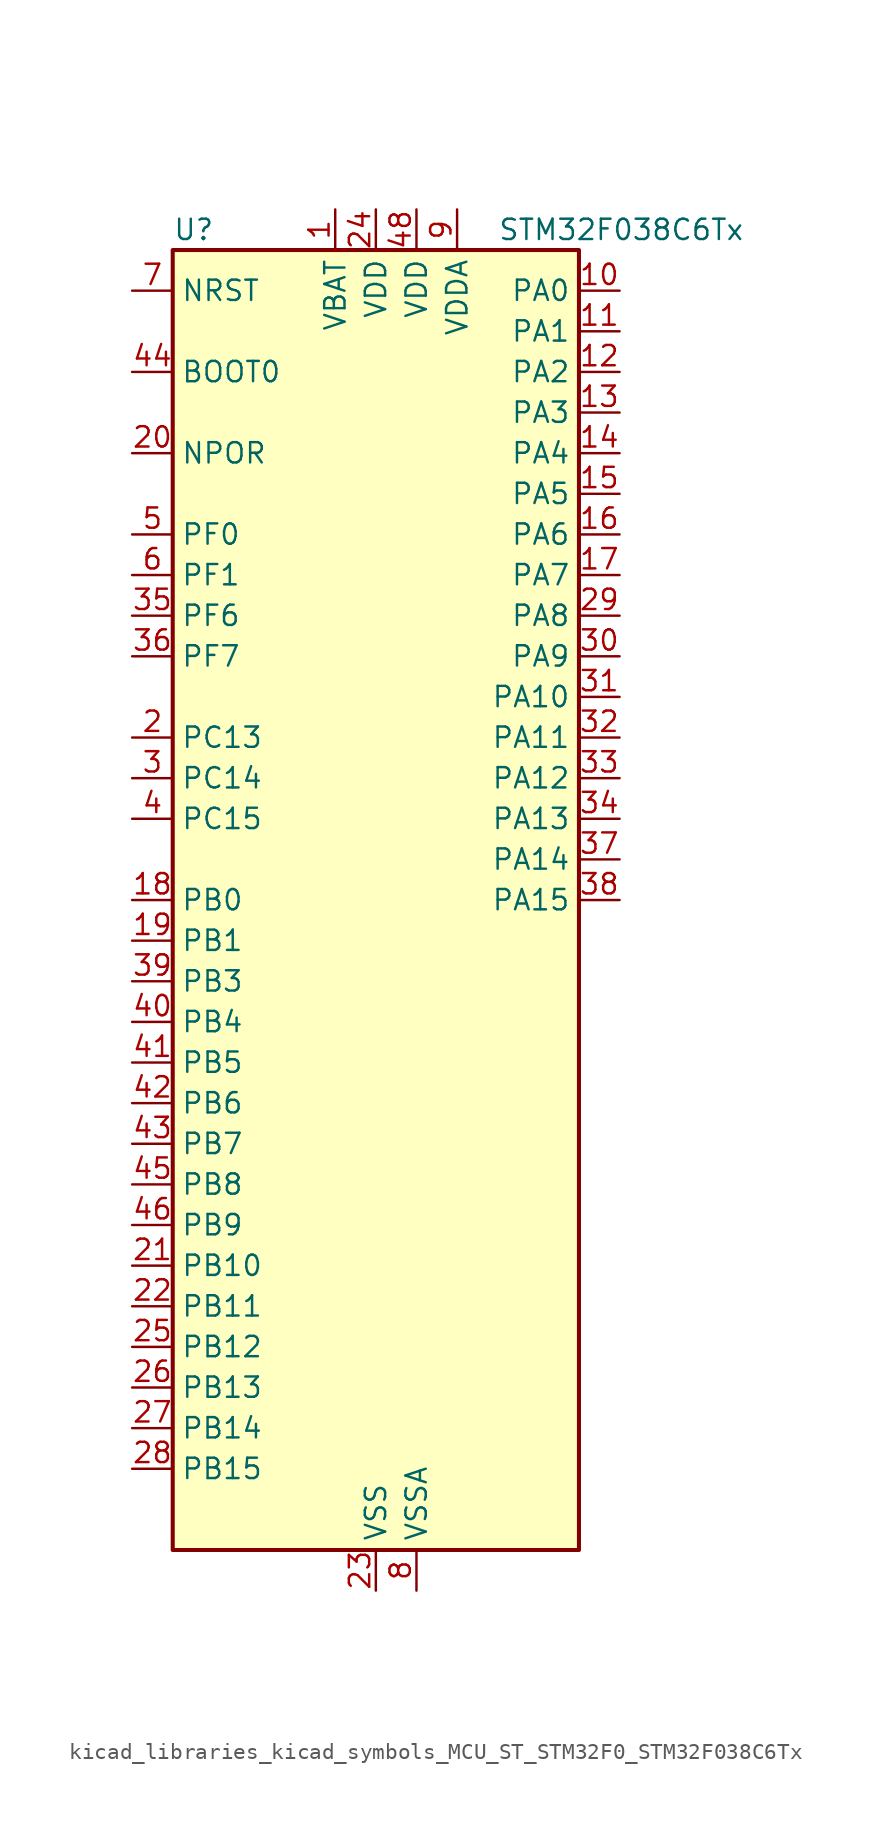
<source format=kicad_sym>
(kicad_symbol_lib
  (version 20220914)
  (generator kicad_symbol_editor)
  (symbol "kicad_libraries_kicad_symbols_MCU_ST_STM32F0_STM32F038C6Tx"
    (property "Reference" "U"
      (at -12.7 41.91 0)
      (effects (font (size 1.27 1.27)) (justify left)))
    (property "Value" "STM32F038C6Tx"
      (at 7.62 41.91 0)
      (effects (font (size 1.27 1.27)) (justify left)))
    (property "ki_locked" ""
      (at 0 0 0)
      (effects (font (size 1.27 1.27))))
    (symbol "kicad_libraries_kicad_symbols_MCU_ST_STM32F0_STM32F038C6Tx_0_1"
      (rectangle (start -12.7 -40.64) (end 12.7 40.64) (stroke (width 0.254) (type default)) (fill (type background))))
    (symbol "kicad_libraries_kicad_symbols_MCU_ST_STM32F0_STM32F038C6Tx_1_1"
      (pin power_in line (at -2.54 43.18 270) (length 2.54) (name "VBAT" (effects (font (size 1.27 1.27)))) (number "1" (effects (font (size 1.27 1.27)))))
      (pin bidirectional line (at 15.24 38.1 180) (length 2.54) (name "PA0" (effects (font (size 1.27 1.27)))) (number "10" (effects (font (size 1.27 1.27)))) (alternate "ADC_IN0" bidirectional line) (alternate "RTC_TAMP2" bidirectional line) (alternate "SYS_WKUP1" bidirectional line) (alternate "TIM2_CH1" bidirectional line) (alternate "TIM2_ETR" bidirectional line) (alternate "USART1_CTS" bidirectional line))
      (pin bidirectional line (at 15.24 35.56 180) (length 2.54) (name "PA1" (effects (font (size 1.27 1.27)))) (number "11" (effects (font (size 1.27 1.27)))) (alternate "ADC_IN1" bidirectional line) (alternate "TIM2_CH2" bidirectional line) (alternate "USART1_DE" bidirectional line) (alternate "USART1_RTS" bidirectional line))
      (pin bidirectional line (at 15.24 33.02 180) (length 2.54) (name "PA2" (effects (font (size 1.27 1.27)))) (number "12" (effects (font (size 1.27 1.27)))) (alternate "ADC_IN2" bidirectional line) (alternate "TIM2_CH3" bidirectional line) (alternate "USART1_TX" bidirectional line))
      (pin bidirectional line (at 15.24 30.48 180) (length 2.54) (name "PA3" (effects (font (size 1.27 1.27)))) (number "13" (effects (font (size 1.27 1.27)))) (alternate "ADC_IN3" bidirectional line) (alternate "TIM2_CH4" bidirectional line) (alternate "USART1_RX" bidirectional line))
      (pin bidirectional line (at 15.24 27.94 180) (length 2.54) (name "PA4" (effects (font (size 1.27 1.27)))) (number "14" (effects (font (size 1.27 1.27)))) (alternate "ADC_IN4" bidirectional line) (alternate "I2S1_WS" bidirectional line) (alternate "SPI1_NSS" bidirectional line) (alternate "TIM14_CH1" bidirectional line) (alternate "USART1_CK" bidirectional line))
      (pin bidirectional line (at 15.24 25.4 180) (length 2.54) (name "PA5" (effects (font (size 1.27 1.27)))) (number "15" (effects (font (size 1.27 1.27)))) (alternate "ADC_IN5" bidirectional line) (alternate "I2S1_CK" bidirectional line) (alternate "SPI1_SCK" bidirectional line) (alternate "TIM2_CH1" bidirectional line) (alternate "TIM2_ETR" bidirectional line))
      (pin bidirectional line (at 15.24 22.86 180) (length 2.54) (name "PA6" (effects (font (size 1.27 1.27)))) (number "16" (effects (font (size 1.27 1.27)))) (alternate "ADC_IN6" bidirectional line) (alternate "I2S1_MCK" bidirectional line) (alternate "SPI1_MISO" bidirectional line) (alternate "TIM16_CH1" bidirectional line) (alternate "TIM1_BKIN" bidirectional line) (alternate "TIM3_CH1" bidirectional line))
      (pin bidirectional line (at 15.24 20.32 180) (length 2.54) (name "PA7" (effects (font (size 1.27 1.27)))) (number "17" (effects (font (size 1.27 1.27)))) (alternate "ADC_IN7" bidirectional line) (alternate "I2S1_SD" bidirectional line) (alternate "SPI1_MOSI" bidirectional line) (alternate "TIM14_CH1" bidirectional line) (alternate "TIM17_CH1" bidirectional line) (alternate "TIM1_CH1N" bidirectional line) (alternate "TIM3_CH2" bidirectional line))
      (pin bidirectional line (at -15.24 0 0) (length 2.54) (name "PB0" (effects (font (size 1.27 1.27)))) (number "18" (effects (font (size 1.27 1.27)))) (alternate "ADC_IN8" bidirectional line) (alternate "TIM1_CH2N" bidirectional line) (alternate "TIM3_CH3" bidirectional line))
      (pin bidirectional line (at -15.24 -2.54 0) (length 2.54) (name "PB1" (effects (font (size 1.27 1.27)))) (number "19" (effects (font (size 1.27 1.27)))) (alternate "ADC_IN9" bidirectional line) (alternate "TIM14_CH1" bidirectional line) (alternate "TIM1_CH3N" bidirectional line) (alternate "TIM3_CH4" bidirectional line))
      (pin bidirectional line (at -15.24 10.16 0) (length 2.54) (name "PC13" (effects (font (size 1.27 1.27)))) (number "2" (effects (font (size 1.27 1.27)))) (alternate "RTC_OUT_ALARM" bidirectional line) (alternate "RTC_OUT_CALIB" bidirectional line) (alternate "RTC_TAMP1" bidirectional line) (alternate "RTC_TS" bidirectional line) (alternate "SYS_WKUP2" bidirectional line))
      (pin input line (at -15.24 27.94 0) (length 2.54) (name "NPOR" (effects (font (size 1.27 1.27)))) (number "20" (effects (font (size 1.27 1.27)))))
      (pin bidirectional line (at -15.24 -22.86 0) (length 2.54) (name "PB10" (effects (font (size 1.27 1.27)))) (number "21" (effects (font (size 1.27 1.27)))) (alternate "I2C1_SCL" bidirectional line) (alternate "TIM2_CH3" bidirectional line))
      (pin bidirectional line (at -15.24 -25.4 0) (length 2.54) (name "PB11" (effects (font (size 1.27 1.27)))) (number "22" (effects (font (size 1.27 1.27)))) (alternate "I2C1_SDA" bidirectional line) (alternate "TIM2_CH4" bidirectional line))
      (pin power_in line (at 0 -43.18 90) (length 2.54) (name "VSS" (effects (font (size 1.27 1.27)))) (number "23" (effects (font (size 1.27 1.27)))))
      (pin power_in line (at 0 43.18 270) (length 2.54) (name "VDD" (effects (font (size 1.27 1.27)))) (number "24" (effects (font (size 1.27 1.27)))))
      (pin bidirectional line (at -15.24 -27.94 0) (length 2.54) (name "PB12" (effects (font (size 1.27 1.27)))) (number "25" (effects (font (size 1.27 1.27)))) (alternate "SPI1_NSS" bidirectional line) (alternate "TIM1_BKIN" bidirectional line))
      (pin bidirectional line (at -15.24 -30.48 0) (length 2.54) (name "PB13" (effects (font (size 1.27 1.27)))) (number "26" (effects (font (size 1.27 1.27)))) (alternate "SPI1_SCK" bidirectional line) (alternate "TIM1_CH1N" bidirectional line))
      (pin bidirectional line (at -15.24 -33.02 0) (length 2.54) (name "PB14" (effects (font (size 1.27 1.27)))) (number "27" (effects (font (size 1.27 1.27)))) (alternate "SPI1_MISO" bidirectional line) (alternate "TIM1_CH2N" bidirectional line))
      (pin bidirectional line (at -15.24 -35.56 0) (length 2.54) (name "PB15" (effects (font (size 1.27 1.27)))) (number "28" (effects (font (size 1.27 1.27)))) (alternate "RTC_REFIN" bidirectional line) (alternate "SPI1_MOSI" bidirectional line) (alternate "TIM1_CH3N" bidirectional line))
      (pin bidirectional line (at 15.24 17.78 180) (length 2.54) (name "PA8" (effects (font (size 1.27 1.27)))) (number "29" (effects (font (size 1.27 1.27)))) (alternate "RCC_MCO" bidirectional line) (alternate "TIM1_CH1" bidirectional line) (alternate "USART1_CK" bidirectional line))
      (pin bidirectional line (at -15.24 7.62 0) (length 2.54) (name "PC14" (effects (font (size 1.27 1.27)))) (number "3" (effects (font (size 1.27 1.27)))) (alternate "RCC_OSC32_IN" bidirectional line))
      (pin bidirectional line (at 15.24 15.24 180) (length 2.54) (name "PA9" (effects (font (size 1.27 1.27)))) (number "30" (effects (font (size 1.27 1.27)))) (alternate "I2C1_SCL" bidirectional line) (alternate "TIM1_CH2" bidirectional line) (alternate "USART1_TX" bidirectional line))
      (pin bidirectional line (at 15.24 12.7 180) (length 2.54) (name "PA10" (effects (font (size 1.27 1.27)))) (number "31" (effects (font (size 1.27 1.27)))) (alternate "I2C1_SDA" bidirectional line) (alternate "TIM17_BKIN" bidirectional line) (alternate "TIM1_CH3" bidirectional line) (alternate "USART1_RX" bidirectional line))
      (pin bidirectional line (at 15.24 10.16 180) (length 2.54) (name "PA11" (effects (font (size 1.27 1.27)))) (number "32" (effects (font (size 1.27 1.27)))) (alternate "TIM1_CH4" bidirectional line) (alternate "USART1_CTS" bidirectional line))
      (pin bidirectional line (at 15.24 7.62 180) (length 2.54) (name "PA12" (effects (font (size 1.27 1.27)))) (number "33" (effects (font (size 1.27 1.27)))) (alternate "TIM1_ETR" bidirectional line) (alternate "USART1_DE" bidirectional line) (alternate "USART1_RTS" bidirectional line))
      (pin bidirectional line (at 15.24 5.08 180) (length 2.54) (name "PA13" (effects (font (size 1.27 1.27)))) (number "34" (effects (font (size 1.27 1.27)))) (alternate "IR_OUT" bidirectional line) (alternate "SYS_SWDIO" bidirectional line))
      (pin bidirectional line (at -15.24 17.78 0) (length 2.54) (name "PF6" (effects (font (size 1.27 1.27)))) (number "35" (effects (font (size 1.27 1.27)))) (alternate "I2C1_SCL" bidirectional line))
      (pin bidirectional line (at -15.24 15.24 0) (length 2.54) (name "PF7" (effects (font (size 1.27 1.27)))) (number "36" (effects (font (size 1.27 1.27)))) (alternate "I2C1_SDA" bidirectional line))
      (pin bidirectional line (at 15.24 2.54 180) (length 2.54) (name "PA14" (effects (font (size 1.27 1.27)))) (number "37" (effects (font (size 1.27 1.27)))) (alternate "SYS_SWCLK" bidirectional line) (alternate "USART1_TX" bidirectional line))
      (pin bidirectional line (at 15.24 0 180) (length 2.54) (name "PA15" (effects (font (size 1.27 1.27)))) (number "38" (effects (font (size 1.27 1.27)))) (alternate "I2S1_WS" bidirectional line) (alternate "SPI1_NSS" bidirectional line) (alternate "TIM2_CH1" bidirectional line) (alternate "TIM2_ETR" bidirectional line) (alternate "USART1_RX" bidirectional line))
      (pin bidirectional line (at -15.24 -5.08 0) (length 2.54) (name "PB3" (effects (font (size 1.27 1.27)))) (number "39" (effects (font (size 1.27 1.27)))) (alternate "I2S1_CK" bidirectional line) (alternate "SPI1_SCK" bidirectional line) (alternate "TIM2_CH2" bidirectional line))
      (pin bidirectional line (at -15.24 5.08 0) (length 2.54) (name "PC15" (effects (font (size 1.27 1.27)))) (number "4" (effects (font (size 1.27 1.27)))) (alternate "RCC_OSC32_OUT" bidirectional line))
      (pin bidirectional line (at -15.24 -7.62 0) (length 2.54) (name "PB4" (effects (font (size 1.27 1.27)))) (number "40" (effects (font (size 1.27 1.27)))) (alternate "I2S1_MCK" bidirectional line) (alternate "SPI1_MISO" bidirectional line) (alternate "TIM3_CH1" bidirectional line))
      (pin bidirectional line (at -15.24 -10.16 0) (length 2.54) (name "PB5" (effects (font (size 1.27 1.27)))) (number "41" (effects (font (size 1.27 1.27)))) (alternate "I2C1_SMBA" bidirectional line) (alternate "I2S1_SD" bidirectional line) (alternate "SPI1_MOSI" bidirectional line) (alternate "TIM16_BKIN" bidirectional line) (alternate "TIM3_CH2" bidirectional line))
      (pin bidirectional line (at -15.24 -12.7 0) (length 2.54) (name "PB6" (effects (font (size 1.27 1.27)))) (number "42" (effects (font (size 1.27 1.27)))) (alternate "I2C1_SCL" bidirectional line) (alternate "TIM16_CH1N" bidirectional line) (alternate "USART1_TX" bidirectional line))
      (pin bidirectional line (at -15.24 -15.24 0) (length 2.54) (name "PB7" (effects (font (size 1.27 1.27)))) (number "43" (effects (font (size 1.27 1.27)))) (alternate "I2C1_SDA" bidirectional line) (alternate "TIM17_CH1N" bidirectional line) (alternate "USART1_RX" bidirectional line))
      (pin input line (at -15.24 33.02 0) (length 2.54) (name "BOOT0" (effects (font (size 1.27 1.27)))) (number "44" (effects (font (size 1.27 1.27)))))
      (pin bidirectional line (at -15.24 -17.78 0) (length 2.54) (name "PB8" (effects (font (size 1.27 1.27)))) (number "45" (effects (font (size 1.27 1.27)))) (alternate "I2C1_SCL" bidirectional line) (alternate "TIM16_CH1" bidirectional line))
      (pin bidirectional line (at -15.24 -20.32 0) (length 2.54) (name "PB9" (effects (font (size 1.27 1.27)))) (number "46" (effects (font (size 1.27 1.27)))) (alternate "I2C1_SDA" bidirectional line) (alternate "IR_OUT" bidirectional line) (alternate "TIM17_CH1" bidirectional line))
      (pin passive line (at 0 -43.18 90) (length 2.54) hide (name "VSS" (effects (font (size 1.27 1.27)))) (number "47" (effects (font (size 1.27 1.27)))))
      (pin power_in line (at 2.54 43.18 270) (length 2.54) (name "VDD" (effects (font (size 1.27 1.27)))) (number "48" (effects (font (size 1.27 1.27)))))
      (pin bidirectional line (at -15.24 22.86 0) (length 2.54) (name "PF0" (effects (font (size 1.27 1.27)))) (number "5" (effects (font (size 1.27 1.27)))) (alternate "RCC_OSC_IN" bidirectional line))
      (pin bidirectional line (at -15.24 20.32 0) (length 2.54) (name "PF1" (effects (font (size 1.27 1.27)))) (number "6" (effects (font (size 1.27 1.27)))) (alternate "RCC_OSC_OUT" bidirectional line))
      (pin input line (at -15.24 38.1 0) (length 2.54) (name "NRST" (effects (font (size 1.27 1.27)))) (number "7" (effects (font (size 1.27 1.27)))))
      (pin power_in line (at 2.54 -43.18 90) (length 2.54) (name "VSSA" (effects (font (size 1.27 1.27)))) (number "8" (effects (font (size 1.27 1.27)))))
      (pin power_in line (at 5.08 43.18 270) (length 2.54) (name "VDDA" (effects (font (size 1.27 1.27)))) (number "9" (effects (font (size 1.27 1.27))))))))
</source>
